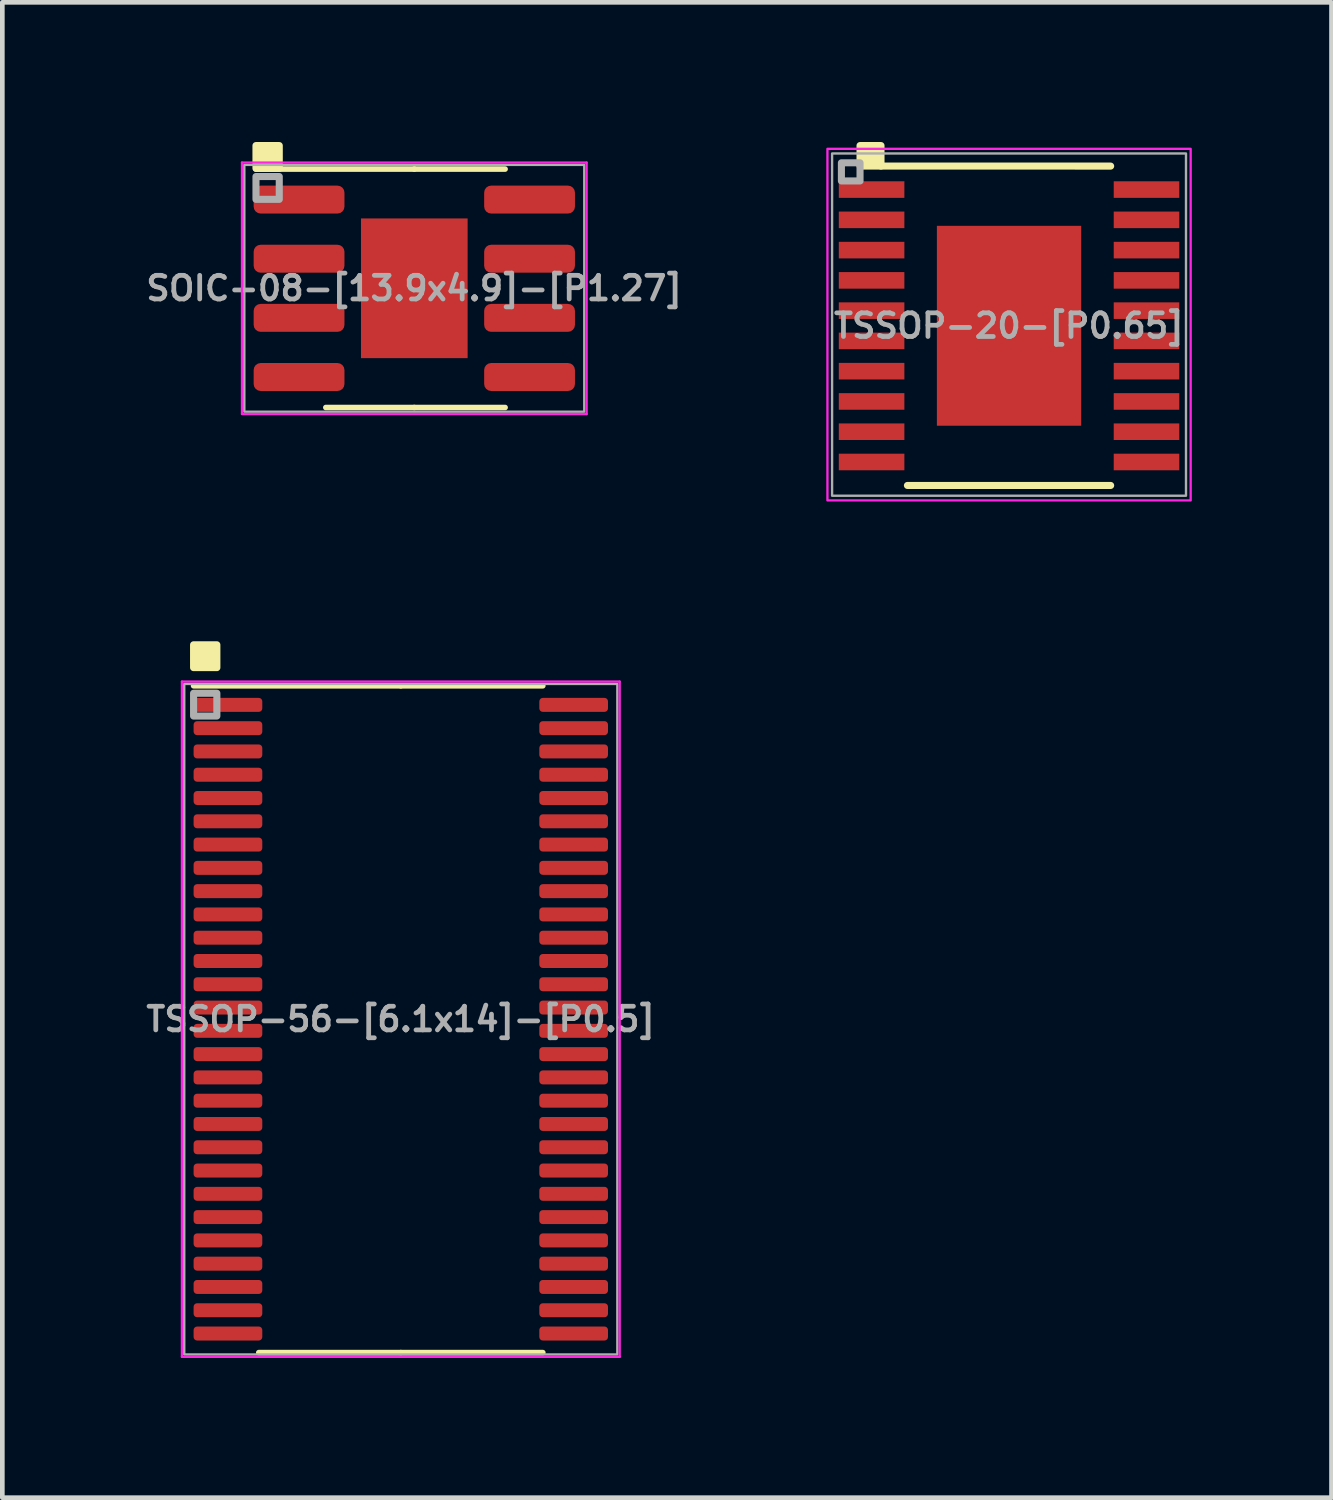
<source format=kicad_pcb>
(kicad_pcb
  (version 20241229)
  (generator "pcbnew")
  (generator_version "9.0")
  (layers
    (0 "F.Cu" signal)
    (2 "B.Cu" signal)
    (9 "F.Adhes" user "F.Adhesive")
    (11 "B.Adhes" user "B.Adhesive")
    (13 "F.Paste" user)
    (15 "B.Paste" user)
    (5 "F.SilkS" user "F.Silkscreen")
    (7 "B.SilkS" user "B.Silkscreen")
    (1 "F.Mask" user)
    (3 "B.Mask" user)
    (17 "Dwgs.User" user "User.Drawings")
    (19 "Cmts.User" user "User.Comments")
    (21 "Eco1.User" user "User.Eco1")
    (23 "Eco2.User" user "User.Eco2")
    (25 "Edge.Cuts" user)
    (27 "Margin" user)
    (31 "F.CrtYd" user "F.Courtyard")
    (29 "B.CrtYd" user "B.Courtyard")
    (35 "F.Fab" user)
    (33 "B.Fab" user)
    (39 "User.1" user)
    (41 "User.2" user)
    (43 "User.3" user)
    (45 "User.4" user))
  (footprint "TSSOP-56-[6.1x14]-[P0.5]"
    (layer "F.Cu")
    (at 5.557 18.837)
    (property "Reference" "TSSOP-56-[6.1x14]-[P0.5]" (at 0 0 0) (layer "F.Fab") (effects (font (size 0.508 0.508) (thickness 0.102))))
    (attr smd)
    (fp_line (start 0 -7.16) (end -4.45 -7.16) (stroke (width 0.12) (type solid)) (layer "F.SilkS"))
    (fp_line (start 0 -7.16) (end 3.05 -7.16) (stroke (width 0.12) (type solid)) (layer "F.SilkS"))
    (fp_line (start 0 7.16) (end -3.05 7.16) (stroke (width 0.12) (type solid)) (layer "F.SilkS"))
    (fp_line (start 0 7.16) (end 3.05 7.16) (stroke (width 0.12) (type solid)) (layer "F.SilkS"))
    (fp_rect (start -4.45 -7.55) (end -3.95 -8.04) (stroke (width 0.152) (type solid)) (fill yes) (layer "F.SilkS"))
    (fp_line (start -4.7 -7.25) (end -4.7 7.25) (stroke (width 0.05) (type solid)) (layer "F.CrtYd"))
    (fp_line (start -4.7 7.25) (end 4.7 7.25) (stroke (width 0.05) (type solid)) (layer "F.CrtYd"))
    (fp_line (start 4.7 -7.25) (end -4.7 -7.25) (stroke (width 0.05) (type solid)) (layer "F.CrtYd"))
    (fp_line (start 4.7 7.25) (end 4.7 -7.25) (stroke (width 0.05) (type solid)) (layer "F.CrtYd"))
    (fp_rect (start -4.65 -7.2) (end 4.65 7.2) (stroke (width 0.051) (type solid)) (fill no) (layer "F.Fab"))
    (fp_rect (start -4.45 -6.51) (end -3.95 -7) (stroke (width 0.152) (type solid)) (fill no) (layer "F.Fab"))
    (pad "1" smd roundrect (at -3.712 -6.75) (size 1.475 0.3) (layers "F.Cu" "F.Mask" "F.Paste") (roundrect_rratio 0.25))
    (pad "2" smd roundrect (at -3.712 -6.25) (size 1.475 0.3) (layers "F.Cu" "F.Mask" "F.Paste") (roundrect_rratio 0.25))
    (pad "3" smd roundrect (at -3.712 -5.75) (size 1.475 0.3) (layers "F.Cu" "F.Mask" "F.Paste") (roundrect_rratio 0.25))
    (pad "4" smd roundrect (at -3.712 -5.25) (size 1.475 0.3) (layers "F.Cu" "F.Mask" "F.Paste") (roundrect_rratio 0.25))
    (pad "5" smd roundrect (at -3.712 -4.75) (size 1.475 0.3) (layers "F.Cu" "F.Mask" "F.Paste") (roundrect_rratio 0.25))
    (pad "6" smd roundrect (at -3.712 -4.25) (size 1.475 0.3) (layers "F.Cu" "F.Mask" "F.Paste") (roundrect_rratio 0.25))
    (pad "7" smd roundrect (at -3.712 -3.75) (size 1.475 0.3) (layers "F.Cu" "F.Mask" "F.Paste") (roundrect_rratio 0.25))
    (pad "8" smd roundrect (at -3.712 -3.25) (size 1.475 0.3) (layers "F.Cu" "F.Mask" "F.Paste") (roundrect_rratio 0.25))
    (pad "9" smd roundrect (at -3.712 -2.75) (size 1.475 0.3) (layers "F.Cu" "F.Mask" "F.Paste") (roundrect_rratio 0.25))
    (pad "10" smd roundrect (at -3.712 -2.25) (size 1.475 0.3) (layers "F.Cu" "F.Mask" "F.Paste") (roundrect_rratio 0.25))
    (pad "11" smd roundrect (at -3.712 -1.75) (size 1.475 0.3) (layers "F.Cu" "F.Mask" "F.Paste") (roundrect_rratio 0.25))
    (pad "12" smd roundrect (at -3.712 -1.25) (size 1.475 0.3) (layers "F.Cu" "F.Mask" "F.Paste") (roundrect_rratio 0.25))
    (pad "13" smd roundrect (at -3.712 -0.75) (size 1.475 0.3) (layers "F.Cu" "F.Mask" "F.Paste") (roundrect_rratio 0.25))
    (pad "14" smd roundrect (at -3.712 -0.25) (size 1.475 0.3) (layers "F.Cu" "F.Mask" "F.Paste") (roundrect_rratio 0.25))
    (pad "15" smd roundrect (at -3.712 0.25) (size 1.475 0.3) (layers "F.Cu" "F.Mask" "F.Paste") (roundrect_rratio 0.25))
    (pad "16" smd roundrect (at -3.712 0.75) (size 1.475 0.3) (layers "F.Cu" "F.Mask" "F.Paste") (roundrect_rratio 0.25))
    (pad "17" smd roundrect (at -3.712 1.25) (size 1.475 0.3) (layers "F.Cu" "F.Mask" "F.Paste") (roundrect_rratio 0.25))
    (pad "18" smd roundrect (at -3.712 1.75) (size 1.475 0.3) (layers "F.Cu" "F.Mask" "F.Paste") (roundrect_rratio 0.25))
    (pad "19" smd roundrect (at -3.712 2.25) (size 1.475 0.3) (layers "F.Cu" "F.Mask" "F.Paste") (roundrect_rratio 0.25))
    (pad "20" smd roundrect (at -3.712 2.75) (size 1.475 0.3) (layers "F.Cu" "F.Mask" "F.Paste") (roundrect_rratio 0.25))
    (pad "21" smd roundrect (at -3.712 3.25) (size 1.475 0.3) (layers "F.Cu" "F.Mask" "F.Paste") (roundrect_rratio 0.25))
    (pad "22" smd roundrect (at -3.712 3.75) (size 1.475 0.3) (layers "F.Cu" "F.Mask" "F.Paste") (roundrect_rratio 0.25))
    (pad "23" smd roundrect (at -3.712 4.25) (size 1.475 0.3) (layers "F.Cu" "F.Mask" "F.Paste") (roundrect_rratio 0.25))
    (pad "24" smd roundrect (at -3.712 4.75) (size 1.475 0.3) (layers "F.Cu" "F.Mask" "F.Paste") (roundrect_rratio 0.25))
    (pad "25" smd roundrect (at -3.712 5.25) (size 1.475 0.3) (layers "F.Cu" "F.Mask" "F.Paste") (roundrect_rratio 0.25))
    (pad "26" smd roundrect (at -3.712 5.75) (size 1.475 0.3) (layers "F.Cu" "F.Mask" "F.Paste") (roundrect_rratio 0.25))
    (pad "27" smd roundrect (at -3.712 6.25) (size 1.475 0.3) (layers "F.Cu" "F.Mask" "F.Paste") (roundrect_rratio 0.25))
    (pad "28" smd roundrect (at -3.712 6.75) (size 1.475 0.3) (layers "F.Cu" "F.Mask" "F.Paste") (roundrect_rratio 0.25))
    (pad "29" smd roundrect (at 3.712 6.75) (size 1.475 0.3) (layers "F.Cu" "F.Mask" "F.Paste") (roundrect_rratio 0.25))
    (pad "30" smd roundrect (at 3.712 6.25) (size 1.475 0.3) (layers "F.Cu" "F.Mask" "F.Paste") (roundrect_rratio 0.25))
    (pad "31" smd roundrect (at 3.712 5.75) (size 1.475 0.3) (layers "F.Cu" "F.Mask" "F.Paste") (roundrect_rratio 0.25))
    (pad "32" smd roundrect (at 3.712 5.25) (size 1.475 0.3) (layers "F.Cu" "F.Mask" "F.Paste") (roundrect_rratio 0.25))
    (pad "33" smd roundrect (at 3.712 4.75) (size 1.475 0.3) (layers "F.Cu" "F.Mask" "F.Paste") (roundrect_rratio 0.25))
    (pad "34" smd roundrect (at 3.712 4.25) (size 1.475 0.3) (layers "F.Cu" "F.Mask" "F.Paste") (roundrect_rratio 0.25))
    (pad "35" smd roundrect (at 3.712 3.75) (size 1.475 0.3) (layers "F.Cu" "F.Mask" "F.Paste") (roundrect_rratio 0.25))
    (pad "36" smd roundrect (at 3.712 3.25) (size 1.475 0.3) (layers "F.Cu" "F.Mask" "F.Paste") (roundrect_rratio 0.25))
    (pad "37" smd roundrect (at 3.712 2.75) (size 1.475 0.3) (layers "F.Cu" "F.Mask" "F.Paste") (roundrect_rratio 0.25))
    (pad "38" smd roundrect (at 3.712 2.25) (size 1.475 0.3) (layers "F.Cu" "F.Mask" "F.Paste") (roundrect_rratio 0.25))
    (pad "39" smd roundrect (at 3.712 1.75) (size 1.475 0.3) (layers "F.Cu" "F.Mask" "F.Paste") (roundrect_rratio 0.25))
    (pad "40" smd roundrect (at 3.712 1.25) (size 1.475 0.3) (layers "F.Cu" "F.Mask" "F.Paste") (roundrect_rratio 0.25))
    (pad "41" smd roundrect (at 3.712 0.75) (size 1.475 0.3) (layers "F.Cu" "F.Mask" "F.Paste") (roundrect_rratio 0.25))
    (pad "42" smd roundrect (at 3.712 0.25) (size 1.475 0.3) (layers "F.Cu" "F.Mask" "F.Paste") (roundrect_rratio 0.25))
    (pad "43" smd roundrect (at 3.712 -0.25) (size 1.475 0.3) (layers "F.Cu" "F.Mask" "F.Paste") (roundrect_rratio 0.25))
    (pad "44" smd roundrect (at 3.712 -0.75) (size 1.475 0.3) (layers "F.Cu" "F.Mask" "F.Paste") (roundrect_rratio 0.25))
    (pad "45" smd roundrect (at 3.712 -1.25) (size 1.475 0.3) (layers "F.Cu" "F.Mask" "F.Paste") (roundrect_rratio 0.25))
    (pad "46" smd roundrect (at 3.712 -1.75) (size 1.475 0.3) (layers "F.Cu" "F.Mask" "F.Paste") (roundrect_rratio 0.25))
    (pad "47" smd roundrect (at 3.712 -2.25) (size 1.475 0.3) (layers "F.Cu" "F.Mask" "F.Paste") (roundrect_rratio 0.25))
    (pad "48" smd roundrect (at 3.712 -2.75) (size 1.475 0.3) (layers "F.Cu" "F.Mask" "F.Paste") (roundrect_rratio 0.25))
    (pad "49" smd roundrect (at 3.712 -3.25) (size 1.475 0.3) (layers "F.Cu" "F.Mask" "F.Paste") (roundrect_rratio 0.25))
    (pad "50" smd roundrect (at 3.712 -3.75) (size 1.475 0.3) (layers "F.Cu" "F.Mask" "F.Paste") (roundrect_rratio 0.25))
    (pad "51" smd roundrect (at 3.712 -4.25) (size 1.475 0.3) (layers "F.Cu" "F.Mask" "F.Paste") (roundrect_rratio 0.25))
    (pad "52" smd roundrect (at 3.712 -4.75) (size 1.475 0.3) (layers "F.Cu" "F.Mask" "F.Paste") (roundrect_rratio 0.25))
    (pad "53" smd roundrect (at 3.712 -5.25) (size 1.475 0.3) (layers "F.Cu" "F.Mask" "F.Paste") (roundrect_rratio 0.25))
    (pad "54" smd roundrect (at 3.712 -5.75) (size 1.475 0.3) (layers "F.Cu" "F.Mask" "F.Paste") (roundrect_rratio 0.25))
    (pad "55" smd roundrect (at 3.712 -6.25) (size 1.475 0.3) (layers "F.Cu" "F.Mask" "F.Paste") (roundrect_rratio 0.25))
    (pad "56" smd roundrect (at 3.712 -6.75) (size 1.475 0.3) (layers "F.Cu" "F.Mask" "F.Paste") (roundrect_rratio 0.25)))
  (footprint "TSSOP-20-[P0.65]"
    (layer "F.Cu")
    (at 18.619 3.946)
    (property "Reference" "TSSOP-20-[P0.65]" (at 0 0 0) (layer "F.Fab") (effects (font (size 0.508 0.508) (thickness 0.102))))
    (attr through_hole)
    (fp_line (start -2.182 3.429) (end 2.182 3.429) (stroke (width 0.152) (type solid)) (layer "F.SilkS"))
    (fp_line (start 2.182 -3.429) (end -2.75 -3.43) (stroke (width 0.152) (type solid)) (layer "F.SilkS"))
    (fp_rect (start -3.2 -3.43) (end -2.75 -3.87) (stroke (width 0.152) (type solid)) (fill yes) (layer "F.SilkS"))
    (fp_poly (pts (xy -1.449 -2.046) (xy -1.449 -0.815) (xy -0.1 -0.815) (xy -0.1 -2.046)) (stroke (width 0.1) (type solid)) (fill yes) (layer "F.Paste"))
    (fp_poly (pts (xy -1.449 -0.615) (xy -1.449 0.615) (xy -0.1 0.615) (xy -0.1 -0.615)) (stroke (width 0.1) (type solid)) (fill yes) (layer "F.Paste"))
    (fp_poly (pts (xy -1.449 0.815) (xy -1.449 2.046) (xy -0.1 2.046) (xy -0.1 0.815)) (stroke (width 0.1) (type solid)) (fill yes) (layer "F.Paste"))
    (fp_poly (pts (xy 0.1 -2.046) (xy 0.1 -0.815) (xy 1.449 -0.815) (xy 1.449 -2.046)) (stroke (width 0.1) (type solid)) (fill yes) (layer "F.Paste"))
    (fp_poly (pts (xy 0.1 -0.615) (xy 0.1 0.615) (xy 1.449 0.615) (xy 1.449 -0.615)) (stroke (width 0.1) (type solid)) (fill yes) (layer "F.Paste"))
    (fp_poly (pts (xy 0.1 0.815) (xy 0.1 2.046) (xy 1.449 2.046) (xy 1.449 0.815)) (stroke (width 0.1) (type solid)) (fill yes) (layer "F.Paste"))
    (fp_rect (start -3.9 -3.8) (end 3.9 3.75) (stroke (width 0.05) (type solid)) (fill no) (layer "F.CrtYd"))
    (fp_rect (start -3.8 -3.7) (end 3.8 3.65) (stroke (width 0.051) (type solid)) (fill no) (layer "F.Fab"))
    (fp_rect (start -3.6 -3.11) (end -3.2 -3.5) (stroke (width 0.152) (type solid)) (fill no) (layer "F.Fab"))
    (pad "1" smd rect (at -2.952 -2.925) (size 1.408 0.356) (layers "F.Cu" "F.Mask" "F.Paste"))
    (pad "2" smd rect (at -2.952 -2.275) (size 1.408 0.356) (layers "F.Cu" "F.Mask" "F.Paste"))
    (pad "3" smd rect (at -2.952 -1.625) (size 1.408 0.356) (layers "F.Cu" "F.Mask" "F.Paste"))
    (pad "4" smd rect (at -2.952 -0.975) (size 1.408 0.356) (layers "F.Cu" "F.Mask" "F.Paste"))
    (pad "5" smd rect (at -2.952 -0.325) (size 1.408 0.356) (layers "F.Cu" "F.Mask" "F.Paste"))
    (pad "6" smd rect (at -2.952 0.325) (size 1.408 0.356) (layers "F.Cu" "F.Mask" "F.Paste"))
    (pad "7" smd rect (at -2.952 0.975) (size 1.408 0.356) (layers "F.Cu" "F.Mask" "F.Paste"))
    (pad "8" smd rect (at -2.952 1.625) (size 1.408 0.356) (layers "F.Cu" "F.Mask" "F.Paste"))
    (pad "9" smd rect (at -2.952 2.275) (size 1.408 0.356) (layers "F.Cu" "F.Mask" "F.Paste"))
    (pad "10" smd rect (at -2.952 2.925) (size 1.408 0.356) (layers "F.Cu" "F.Mask" "F.Paste"))
    (pad "11" smd rect (at 2.952 2.925) (size 1.408 0.356) (layers "F.Cu" "F.Mask" "F.Paste"))
    (pad "12" smd rect (at 2.952 2.275) (size 1.408 0.356) (layers "F.Cu" "F.Mask" "F.Paste"))
    (pad "13" smd rect (at 2.952 1.625) (size 1.408 0.356) (layers "F.Cu" "F.Mask" "F.Paste"))
    (pad "14" smd rect (at 2.952 0.975) (size 1.408 0.356) (layers "F.Cu" "F.Mask" "F.Paste"))
    (pad "15" smd rect (at 2.952 0.325) (size 1.408 0.356) (layers "F.Cu" "F.Mask" "F.Paste"))
    (pad "16" smd rect (at 2.952 -0.325) (size 1.408 0.356) (layers "F.Cu" "F.Mask" "F.Paste"))
    (pad "17" smd rect (at 2.952 -0.975) (size 1.408 0.356) (layers "F.Cu" "F.Mask" "F.Paste"))
    (pad "18" smd rect (at 2.952 -1.625) (size 1.408 0.356) (layers "F.Cu" "F.Mask" "F.Paste"))
    (pad "19" smd rect (at 2.952 -2.275) (size 1.408 0.356) (layers "F.Cu" "F.Mask" "F.Paste"))
    (pad "20" smd rect (at 2.952 -2.925) (size 1.408 0.356) (layers "F.Cu" "F.Mask" "F.Paste"))
    (pad "EPAD" smd rect (at 0 0) (size 3.099 4.293) (layers "F.Cu" "F.Mask")))
  (footprint "SOIC-08-[13.9x4.9]-[P1.27]"
    (layer "F.Cu")
    (at 5.847 3.141)
    (property "Reference" "SOIC-08-[13.9x4.9]-[P1.27]" (at 0 0 0) (layer "F.Fab") (effects (font (size 0.508 0.508) (thickness 0.102))))
    (attr smd)
    (fp_line (start 0 -2.56) (end -3.4 -2.56) (stroke (width 0.12) (type solid)) (layer "F.SilkS"))
    (fp_line (start 0 -2.56) (end 1.95 -2.56) (stroke (width 0.12) (type solid)) (layer "F.SilkS"))
    (fp_line (start 0 2.56) (end -1.9 2.56) (stroke (width 0.12) (type solid)) (layer "F.SilkS"))
    (fp_line (start 0 2.56) (end 1.95 2.56) (stroke (width 0.12) (type solid)) (layer "F.SilkS"))
    (fp_rect (start -3.4 -2.575) (end -2.9 -3.065) (stroke (width 0.152) (type solid)) (fill yes) (layer "F.SilkS"))
    (fp_line (start -3.7 -2.7) (end -3.7 2.7) (stroke (width 0.05) (type solid)) (layer "F.CrtYd"))
    (fp_line (start -3.7 2.7) (end 3.7 2.7) (stroke (width 0.05) (type solid)) (layer "F.CrtYd"))
    (fp_line (start 3.7 -2.7) (end -3.7 -2.7) (stroke (width 0.05) (type solid)) (layer "F.CrtYd"))
    (fp_line (start 3.7 2.7) (end 3.7 -2.7) (stroke (width 0.05) (type solid)) (layer "F.CrtYd"))
    (fp_rect (start -3.65 -2.65) (end 3.65 2.65) (stroke (width 0.051) (type solid)) (fill no) (layer "F.Fab"))
    (fp_rect (start -3.4 -1.91) (end -2.9 -2.4) (stroke (width 0.152) (type solid)) (fill no) (layer "F.Fab"))
    (pad "" smd roundrect (at -0.57 -0.75) (size 0.92 1.21) (layers "F.Paste") (roundrect_rratio 0.25))
    (pad "" smd roundrect (at -0.57 0.75) (size 0.92 1.21) (layers "F.Paste") (roundrect_rratio 0.25))
    (pad "" smd roundrect (at 0.57 -0.75) (size 0.92 1.21) (layers "F.Paste") (roundrect_rratio 0.25))
    (pad "" smd roundrect (at 0.57 0.75) (size 0.92 1.21) (layers "F.Paste") (roundrect_rratio 0.25))
    (pad "1" smd roundrect (at -2.475 -1.905) (size 1.95 0.6) (layers "F.Cu" "F.Mask" "F.Paste") (roundrect_rratio 0.25))
    (pad "2" smd roundrect (at -2.475 -0.635) (size 1.95 0.6) (layers "F.Cu" "F.Mask" "F.Paste") (roundrect_rratio 0.25))
    (pad "3" smd roundrect (at -2.475 0.635) (size 1.95 0.6) (layers "F.Cu" "F.Mask" "F.Paste") (roundrect_rratio 0.25))
    (pad "4" smd roundrect (at -2.475 1.905) (size 1.95 0.6) (layers "F.Cu" "F.Mask" "F.Paste") (roundrect_rratio 0.25))
    (pad "5" smd roundrect (at 2.475 1.905) (size 1.95 0.6) (layers "F.Cu" "F.Mask" "F.Paste") (roundrect_rratio 0.25))
    (pad "6" smd roundrect (at 2.475 0.635) (size 1.95 0.6) (layers "F.Cu" "F.Mask" "F.Paste") (roundrect_rratio 0.25))
    (pad "7" smd roundrect (at 2.475 -0.635) (size 1.95 0.6) (layers "F.Cu" "F.Mask" "F.Paste") (roundrect_rratio 0.25))
    (pad "8" smd roundrect (at 2.475 -1.905) (size 1.95 0.6) (layers "F.Cu" "F.Mask" "F.Paste") (roundrect_rratio 0.25))
    (pad "9" smd rect (at 0 0) (size 2.29 3) (layers "F.Cu" "F.Mask")))
  (gr_rect
    (start -3 -3)
    (end 25.544 29.112)
    (stroke (width 0.1) (type default))
    (fill no)
    (layer "Edge.Cuts")))
</source>
